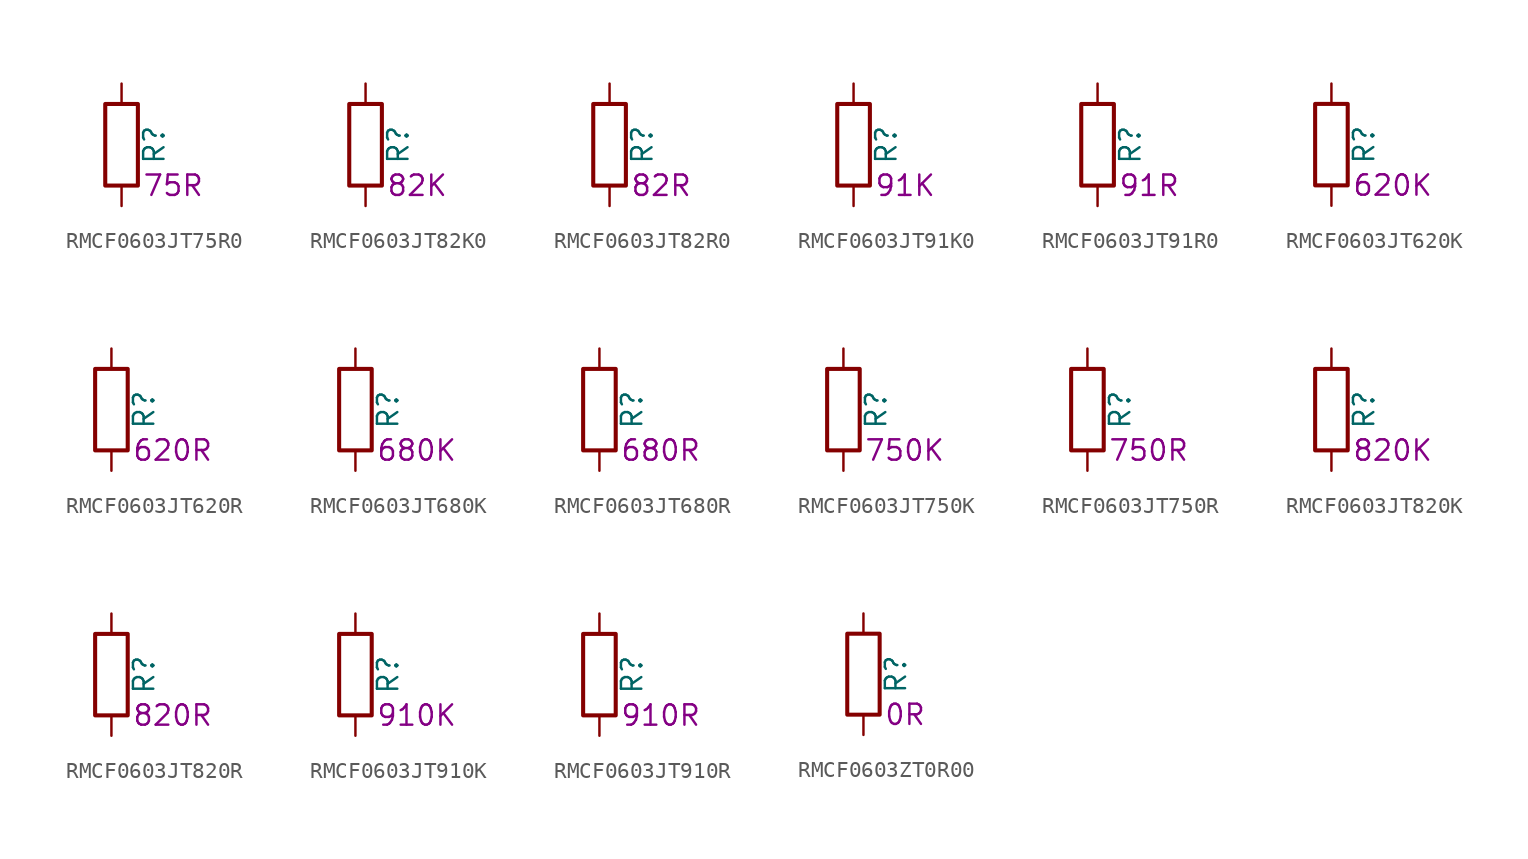
<source format=kicad_sym>
(kicad_symbol_lib
  (version 20220914)
  (generator kicad_symbol_editor)
  (symbol "RMCF0603JT75R0"
    (pin_numbers hide)
    (pin_names
      (offset 0))
    (property "Reference" "R"
      (at 2.032 0 90)
      (effects (font (size 1.27 1.27))))
    (property "Resistance" "75R"
      (at 1.27 -2.54 0)
      (effects (font (size 1.27 1.27)) (justify left)))
    (symbol "RMCF0603JT75R0_0_1"
      (rectangle (start -1.016 -2.54) (end 1.016 2.54) (stroke (width 0.254) (type default)) (fill (type none))))
    (symbol "RMCF0603JT75R0_1_1"
      (pin passive line (at 0 3.81 270) (length 1.27) (name "~" (effects (font (size 1.27 1.27)))) (number "1" (effects (font (size 1.27 1.27)))))
      (pin passive line (at 0 -3.81 90) (length 1.27) (name "~" (effects (font (size 1.27 1.27)))) (number "2" (effects (font (size 1.27 1.27)))))))
  (symbol "RMCF0603JT82K0"
    (pin_numbers hide)
    (pin_names
      (offset 0))
    (property "Reference" "R"
      (at 2.032 0 90)
      (effects (font (size 1.27 1.27))))
    (property "Resistance" "82K"
      (at 1.27 -2.54 0)
      (effects (font (size 1.27 1.27)) (justify left)))
    (symbol "RMCF0603JT82K0_0_1"
      (rectangle (start -1.016 -2.54) (end 1.016 2.54) (stroke (width 0.254) (type default)) (fill (type none))))
    (symbol "RMCF0603JT82K0_1_1"
      (pin passive line (at 0 3.81 270) (length 1.27) (name "~" (effects (font (size 1.27 1.27)))) (number "1" (effects (font (size 1.27 1.27)))))
      (pin passive line (at 0 -3.81 90) (length 1.27) (name "~" (effects (font (size 1.27 1.27)))) (number "2" (effects (font (size 1.27 1.27)))))))
  (symbol "RMCF0603JT82R0"
    (pin_numbers hide)
    (pin_names
      (offset 0))
    (property "Reference" "R"
      (at 2.032 0 90)
      (effects (font (size 1.27 1.27))))
    (property "Resistance" "82R"
      (at 1.27 -2.54 0)
      (effects (font (size 1.27 1.27)) (justify left)))
    (symbol "RMCF0603JT82R0_0_1"
      (rectangle (start -1.016 -2.54) (end 1.016 2.54) (stroke (width 0.254) (type default)) (fill (type none))))
    (symbol "RMCF0603JT82R0_1_1"
      (pin passive line (at 0 3.81 270) (length 1.27) (name "~" (effects (font (size 1.27 1.27)))) (number "1" (effects (font (size 1.27 1.27)))))
      (pin passive line (at 0 -3.81 90) (length 1.27) (name "~" (effects (font (size 1.27 1.27)))) (number "2" (effects (font (size 1.27 1.27)))))))
  (symbol "RMCF0603JT91K0"
    (pin_numbers hide)
    (pin_names
      (offset 0))
    (property "Reference" "R"
      (at 2.032 0 90)
      (effects (font (size 1.27 1.27))))
    (property "Resistance" "91K"
      (at 1.27 -2.54 0)
      (effects (font (size 1.27 1.27)) (justify left)))
    (symbol "RMCF0603JT91K0_0_1"
      (rectangle (start -1.016 -2.54) (end 1.016 2.54) (stroke (width 0.254) (type default)) (fill (type none))))
    (symbol "RMCF0603JT91K0_1_1"
      (pin passive line (at 0 3.81 270) (length 1.27) (name "~" (effects (font (size 1.27 1.27)))) (number "1" (effects (font (size 1.27 1.27)))))
      (pin passive line (at 0 -3.81 90) (length 1.27) (name "~" (effects (font (size 1.27 1.27)))) (number "2" (effects (font (size 1.27 1.27)))))))
  (symbol "RMCF0603JT91R0"
    (pin_numbers hide)
    (pin_names
      (offset 0))
    (property "Reference" "R"
      (at 2.032 0 90)
      (effects (font (size 1.27 1.27))))
    (property "Resistance" "91R"
      (at 1.27 -2.54 0)
      (effects (font (size 1.27 1.27)) (justify left)))
    (symbol "RMCF0603JT91R0_0_1"
      (rectangle (start -1.016 -2.54) (end 1.016 2.54) (stroke (width 0.254) (type default)) (fill (type none))))
    (symbol "RMCF0603JT91R0_1_1"
      (pin passive line (at 0 3.81 270) (length 1.27) (name "~" (effects (font (size 1.27 1.27)))) (number "1" (effects (font (size 1.27 1.27)))))
      (pin passive line (at 0 -3.81 90) (length 1.27) (name "~" (effects (font (size 1.27 1.27)))) (number "2" (effects (font (size 1.27 1.27)))))))
  (symbol "RMCF0603JT620K"
    (pin_numbers hide)
    (pin_names
      (offset 0))
    (property "Reference" "R"
      (at 2.032 0 90)
      (effects (font (size 1.27 1.27))))
    (property "Resistance" "620K"
      (at 1.27 -2.54 0)
      (effects (font (size 1.27 1.27)) (justify left)))
    (symbol "RMCF0603JT620K_0_1"
      (rectangle (start -1.016 -2.54) (end 1.016 2.54) (stroke (width 0.254) (type default)) (fill (type none))))
    (symbol "RMCF0603JT620K_1_1"
      (pin passive line (at 0 3.81 270) (length 1.27) (name "~" (effects (font (size 1.27 1.27)))) (number "1" (effects (font (size 1.27 1.27)))))
      (pin passive line (at 0 -3.81 90) (length 1.27) (name "~" (effects (font (size 1.27 1.27)))) (number "2" (effects (font (size 1.27 1.27)))))))
  (symbol "RMCF0603JT620R"
    (pin_numbers hide)
    (pin_names
      (offset 0))
    (property "Reference" "R"
      (at 2.032 0 90)
      (effects (font (size 1.27 1.27))))
    (property "Resistance" "620R"
      (at 1.27 -2.54 0)
      (effects (font (size 1.27 1.27)) (justify left)))
    (symbol "RMCF0603JT620R_0_1"
      (rectangle (start -1.016 -2.54) (end 1.016 2.54) (stroke (width 0.254) (type default)) (fill (type none))))
    (symbol "RMCF0603JT620R_1_1"
      (pin passive line (at 0 3.81 270) (length 1.27) (name "~" (effects (font (size 1.27 1.27)))) (number "1" (effects (font (size 1.27 1.27)))))
      (pin passive line (at 0 -3.81 90) (length 1.27) (name "~" (effects (font (size 1.27 1.27)))) (number "2" (effects (font (size 1.27 1.27)))))))
  (symbol "RMCF0603JT680K"
    (pin_numbers hide)
    (pin_names
      (offset 0))
    (property "Reference" "R"
      (at 2.032 0 90)
      (effects (font (size 1.27 1.27))))
    (property "Resistance" "680K"
      (at 1.27 -2.54 0)
      (effects (font (size 1.27 1.27)) (justify left)))
    (symbol "RMCF0603JT680K_0_1"
      (rectangle (start -1.016 -2.54) (end 1.016 2.54) (stroke (width 0.254) (type default)) (fill (type none))))
    (symbol "RMCF0603JT680K_1_1"
      (pin passive line (at 0 3.81 270) (length 1.27) (name "~" (effects (font (size 1.27 1.27)))) (number "1" (effects (font (size 1.27 1.27)))))
      (pin passive line (at 0 -3.81 90) (length 1.27) (name "~" (effects (font (size 1.27 1.27)))) (number "2" (effects (font (size 1.27 1.27)))))))
  (symbol "RMCF0603JT680R"
    (pin_numbers hide)
    (pin_names
      (offset 0))
    (property "Reference" "R"
      (at 2.032 0 90)
      (effects (font (size 1.27 1.27))))
    (property "Resistance" "680R"
      (at 1.27 -2.54 0)
      (effects (font (size 1.27 1.27)) (justify left)))
    (symbol "RMCF0603JT680R_0_1"
      (rectangle (start -1.016 -2.54) (end 1.016 2.54) (stroke (width 0.254) (type default)) (fill (type none))))
    (symbol "RMCF0603JT680R_1_1"
      (pin passive line (at 0 3.81 270) (length 1.27) (name "~" (effects (font (size 1.27 1.27)))) (number "1" (effects (font (size 1.27 1.27)))))
      (pin passive line (at 0 -3.81 90) (length 1.27) (name "~" (effects (font (size 1.27 1.27)))) (number "2" (effects (font (size 1.27 1.27)))))))
  (symbol "RMCF0603JT750K"
    (pin_numbers hide)
    (pin_names
      (offset 0))
    (property "Reference" "R"
      (at 2.032 0 90)
      (effects (font (size 1.27 1.27))))
    (property "Resistance" "750K"
      (at 1.27 -2.54 0)
      (effects (font (size 1.27 1.27)) (justify left)))
    (symbol "RMCF0603JT750K_0_1"
      (rectangle (start -1.016 -2.54) (end 1.016 2.54) (stroke (width 0.254) (type default)) (fill (type none))))
    (symbol "RMCF0603JT750K_1_1"
      (pin passive line (at 0 3.81 270) (length 1.27) (name "~" (effects (font (size 1.27 1.27)))) (number "1" (effects (font (size 1.27 1.27)))))
      (pin passive line (at 0 -3.81 90) (length 1.27) (name "~" (effects (font (size 1.27 1.27)))) (number "2" (effects (font (size 1.27 1.27)))))))
  (symbol "RMCF0603JT750R"
    (pin_numbers hide)
    (pin_names
      (offset 0))
    (property "Reference" "R"
      (at 2.032 0 90)
      (effects (font (size 1.27 1.27))))
    (property "Resistance" "750R"
      (at 1.27 -2.54 0)
      (effects (font (size 1.27 1.27)) (justify left)))
    (symbol "RMCF0603JT750R_0_1"
      (rectangle (start -1.016 -2.54) (end 1.016 2.54) (stroke (width 0.254) (type default)) (fill (type none))))
    (symbol "RMCF0603JT750R_1_1"
      (pin passive line (at 0 3.81 270) (length 1.27) (name "~" (effects (font (size 1.27 1.27)))) (number "1" (effects (font (size 1.27 1.27)))))
      (pin passive line (at 0 -3.81 90) (length 1.27) (name "~" (effects (font (size 1.27 1.27)))) (number "2" (effects (font (size 1.27 1.27)))))))
  (symbol "RMCF0603JT820K"
    (pin_numbers hide)
    (pin_names
      (offset 0))
    (property "Reference" "R"
      (at 2.032 0 90)
      (effects (font (size 1.27 1.27))))
    (property "Resistance" "820K"
      (at 1.27 -2.54 0)
      (effects (font (size 1.27 1.27)) (justify left)))
    (symbol "RMCF0603JT820K_0_1"
      (rectangle (start -1.016 -2.54) (end 1.016 2.54) (stroke (width 0.254) (type default)) (fill (type none))))
    (symbol "RMCF0603JT820K_1_1"
      (pin passive line (at 0 3.81 270) (length 1.27) (name "~" (effects (font (size 1.27 1.27)))) (number "1" (effects (font (size 1.27 1.27)))))
      (pin passive line (at 0 -3.81 90) (length 1.27) (name "~" (effects (font (size 1.27 1.27)))) (number "2" (effects (font (size 1.27 1.27)))))))
  (symbol "RMCF0603JT820R"
    (pin_numbers hide)
    (pin_names
      (offset 0))
    (property "Reference" "R"
      (at 2.032 0 90)
      (effects (font (size 1.27 1.27))))
    (property "Resistance" "820R"
      (at 1.27 -2.54 0)
      (effects (font (size 1.27 1.27)) (justify left)))
    (symbol "RMCF0603JT820R_0_1"
      (rectangle (start -1.016 -2.54) (end 1.016 2.54) (stroke (width 0.254) (type default)) (fill (type none))))
    (symbol "RMCF0603JT820R_1_1"
      (pin passive line (at 0 3.81 270) (length 1.27) (name "~" (effects (font (size 1.27 1.27)))) (number "1" (effects (font (size 1.27 1.27)))))
      (pin passive line (at 0 -3.81 90) (length 1.27) (name "~" (effects (font (size 1.27 1.27)))) (number "2" (effects (font (size 1.27 1.27)))))))
  (symbol "RMCF0603JT910K"
    (pin_numbers hide)
    (pin_names
      (offset 0))
    (property "Reference" "R"
      (at 2.032 0 90)
      (effects (font (size 1.27 1.27))))
    (property "Resistance" "910K"
      (at 1.27 -2.54 0)
      (effects (font (size 1.27 1.27)) (justify left)))
    (symbol "RMCF0603JT910K_0_1"
      (rectangle (start -1.016 -2.54) (end 1.016 2.54) (stroke (width 0.254) (type default)) (fill (type none))))
    (symbol "RMCF0603JT910K_1_1"
      (pin passive line (at 0 3.81 270) (length 1.27) (name "~" (effects (font (size 1.27 1.27)))) (number "1" (effects (font (size 1.27 1.27)))))
      (pin passive line (at 0 -3.81 90) (length 1.27) (name "~" (effects (font (size 1.27 1.27)))) (number "2" (effects (font (size 1.27 1.27)))))))
  (symbol "RMCF0603JT910R"
    (pin_numbers hide)
    (pin_names
      (offset 0))
    (property "Reference" "R"
      (at 2.032 0 90)
      (effects (font (size 1.27 1.27))))
    (property "Resistance" "910R"
      (at 1.27 -2.54 0)
      (effects (font (size 1.27 1.27)) (justify left)))
    (symbol "RMCF0603JT910R_0_1"
      (rectangle (start -1.016 -2.54) (end 1.016 2.54) (stroke (width 0.254) (type default)) (fill (type none))))
    (symbol "RMCF0603JT910R_1_1"
      (pin passive line (at 0 3.81 270) (length 1.27) (name "~" (effects (font (size 1.27 1.27)))) (number "1" (effects (font (size 1.27 1.27)))))
      (pin passive line (at 0 -3.81 90) (length 1.27) (name "~" (effects (font (size 1.27 1.27)))) (number "2" (effects (font (size 1.27 1.27)))))))
  (symbol "RMCF0603ZT0R00"
    (pin_numbers hide)
    (pin_names
      (offset 0))
    (property "Reference" "R"
      (at 2.032 0 90)
      (effects (font (size 1.27 1.27))))
    (property "Resistance" "0R"
      (at 1.27 -2.54 0)
      (effects (font (size 1.27 1.27)) (justify left)))
    (symbol "RMCF0603ZT0R00_0_1"
      (rectangle (start -1.016 -2.54) (end 1.016 2.54) (stroke (width 0.254) (type default)) (fill (type none))))
    (symbol "RMCF0603ZT0R00_1_1"
      (pin passive line (at 0 3.81 270) (length 1.27) (name "~" (effects (font (size 1.27 1.27)))) (number "1" (effects (font (size 1.27 1.27)))))
      (pin passive line (at 0 -3.81 90) (length 1.27) (name "~" (effects (font (size 1.27 1.27)))) (number "2" (effects (font (size 1.27 1.27))))))))
</source>
